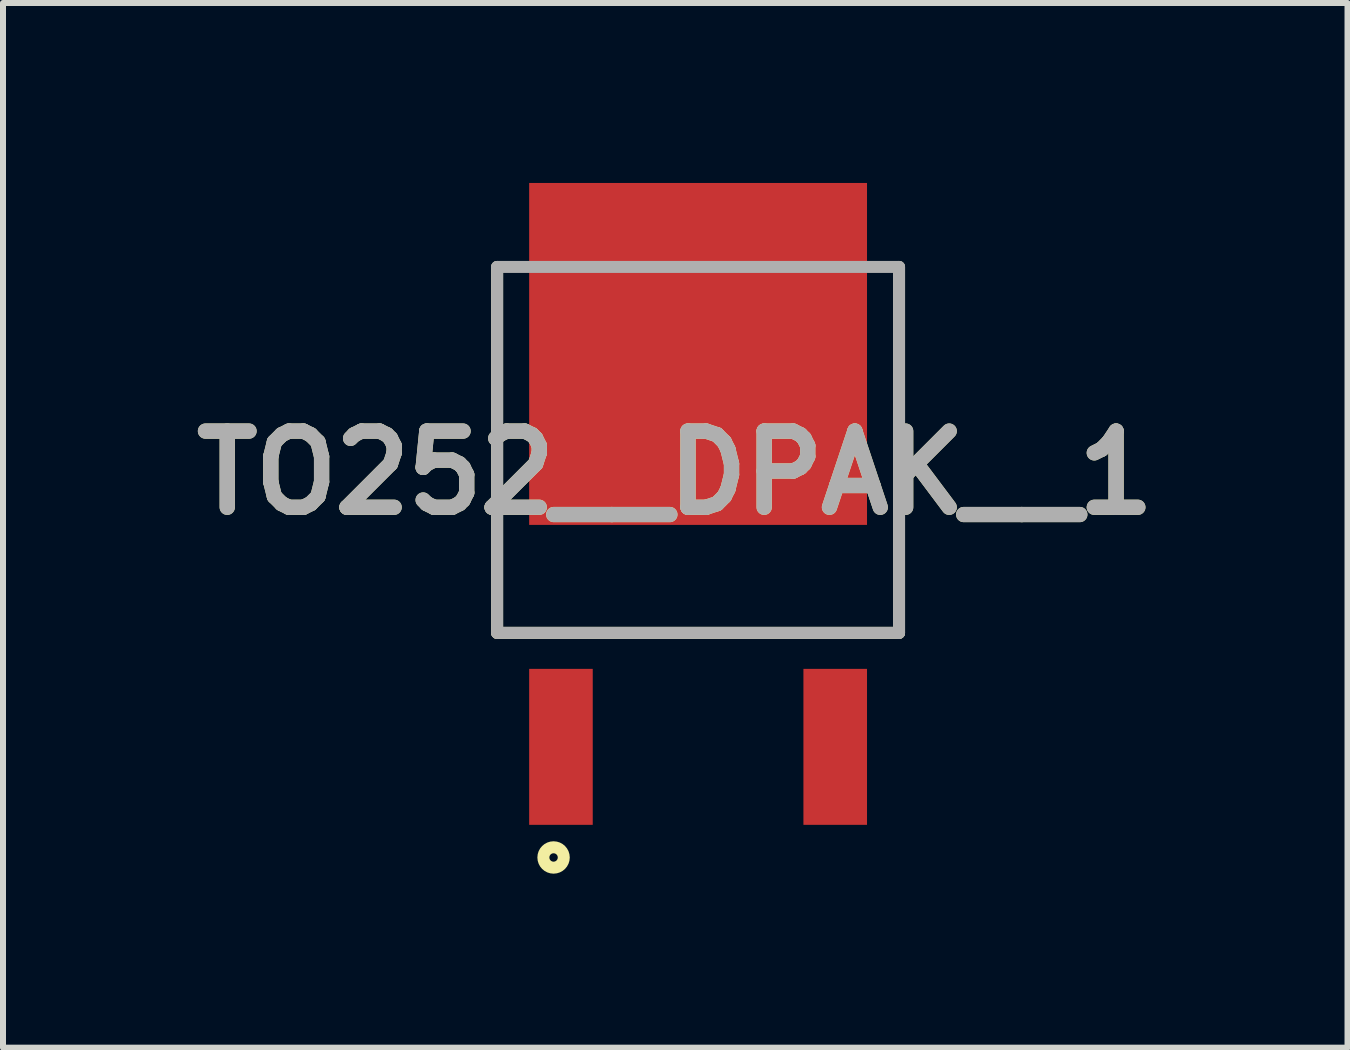
<source format=kicad_pcb>
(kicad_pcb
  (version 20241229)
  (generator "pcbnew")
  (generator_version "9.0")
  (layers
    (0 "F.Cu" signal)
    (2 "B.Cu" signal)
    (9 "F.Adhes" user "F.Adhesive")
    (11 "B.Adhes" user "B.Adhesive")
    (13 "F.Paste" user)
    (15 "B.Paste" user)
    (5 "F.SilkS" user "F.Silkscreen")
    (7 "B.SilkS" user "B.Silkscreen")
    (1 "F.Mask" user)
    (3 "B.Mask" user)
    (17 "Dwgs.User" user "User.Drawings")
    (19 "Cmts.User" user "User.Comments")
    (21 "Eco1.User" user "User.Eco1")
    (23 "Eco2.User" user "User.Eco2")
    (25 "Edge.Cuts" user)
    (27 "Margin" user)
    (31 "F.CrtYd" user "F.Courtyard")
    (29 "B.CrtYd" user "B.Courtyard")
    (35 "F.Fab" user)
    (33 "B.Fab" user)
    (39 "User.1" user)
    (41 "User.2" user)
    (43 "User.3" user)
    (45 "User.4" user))
  (footprint "TO252__DPAK__1"
    (layer "F.Cu")
    (at 8.587 9.4)
    (property "Reference" "TO252__DPAK__1" (at -0.38 -4.568 0) (layer "F.SilkS") (effects (font (size 1.27 1.27) (thickness 0.254))))
    (attr smd)
    (fp_line (start -3.35 -8) (end -3.35 -1.9) (stroke (width 0.2) (type solid)) (layer "F.SilkS"))
    (fp_line (start -3.35 -1.9) (end 3.35 -1.9) (stroke (width 0.2) (type solid)) (layer "F.SilkS"))
    (fp_line (start 3.35 -1.9) (end 3.35 -8) (stroke (width 0.2) (type solid)) (layer "F.SilkS"))
    (fp_circle (center -2.409 1.844) (end -2.409 1.914) (stroke (width 0.2) (type solid)) (fill no) (layer "F.SilkS"))
    (fp_line (start -3.35 -8) (end 3.35 -8) (stroke (width 0.2) (type solid)) (layer "F.Fab"))
    (fp_line (start -3.35 -1.9) (end -3.35 -8) (stroke (width 0.2) (type solid)) (layer "F.Fab"))
    (fp_line (start 3.35 -8) (end 3.35 -1.9) (stroke (width 0.2) (type solid)) (layer "F.Fab"))
    (fp_line (start 3.35 -1.9) (end -3.35 -1.9) (stroke (width 0.2) (type solid)) (layer "F.Fab"))
    (fp_text user "${REFERENCE}" (at -0.38 -4.568 0) (layer "F.Fab") (effects (font (size 1.27 1.27) (thickness 0.254))))
    (pad "1" smd rect (at -2.286 0) (size 1.06 2.6) (layers "F.Cu" "F.Mask" "F.Paste"))
    (pad "2" smd rect (at 2.286 0) (size 1.06 2.6) (layers "F.Cu" "F.Mask" "F.Paste"))
    (pad "3" smd rect (at 0 -6.55) (size 5.632 5.7) (layers "F.Cu" "F.Mask" "F.Paste")))
  (gr_rect
    (start -3 -3)
    (end 19.413 14.414)
    (stroke (width 0.1) (type default))
    (fill no)
    (layer "Edge.Cuts")))
</source>
